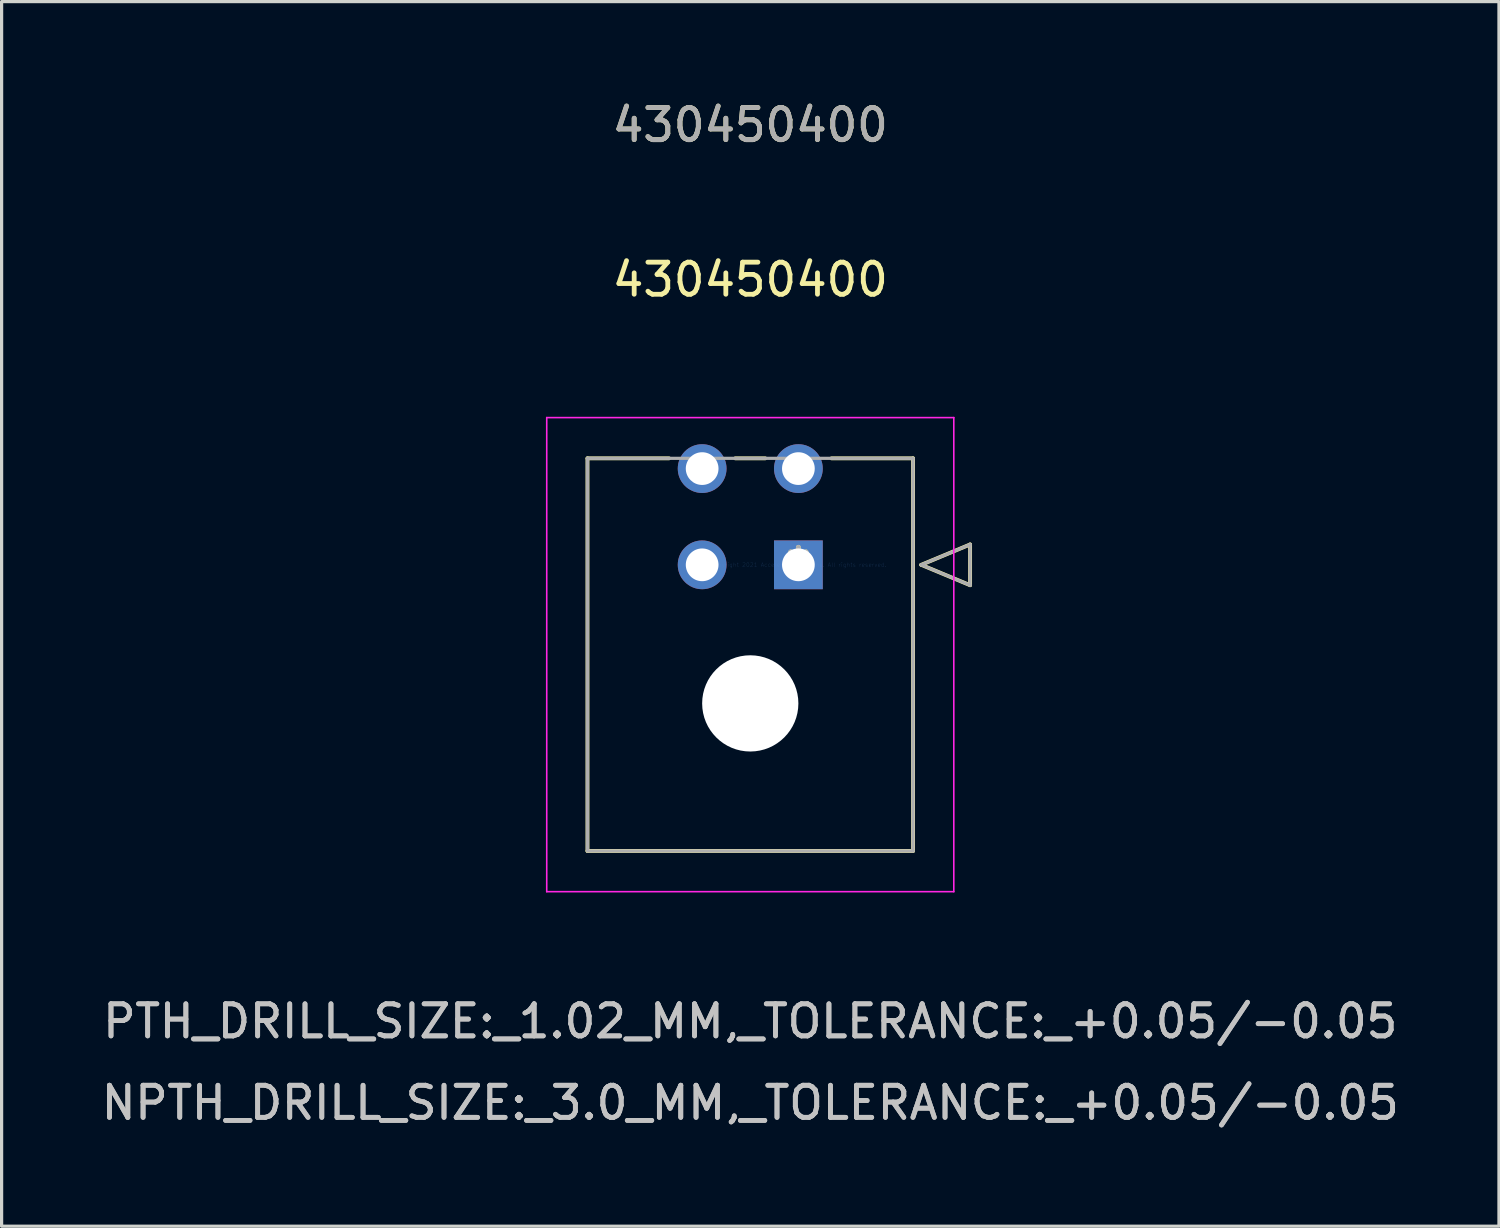
<source format=kicad_pcb>
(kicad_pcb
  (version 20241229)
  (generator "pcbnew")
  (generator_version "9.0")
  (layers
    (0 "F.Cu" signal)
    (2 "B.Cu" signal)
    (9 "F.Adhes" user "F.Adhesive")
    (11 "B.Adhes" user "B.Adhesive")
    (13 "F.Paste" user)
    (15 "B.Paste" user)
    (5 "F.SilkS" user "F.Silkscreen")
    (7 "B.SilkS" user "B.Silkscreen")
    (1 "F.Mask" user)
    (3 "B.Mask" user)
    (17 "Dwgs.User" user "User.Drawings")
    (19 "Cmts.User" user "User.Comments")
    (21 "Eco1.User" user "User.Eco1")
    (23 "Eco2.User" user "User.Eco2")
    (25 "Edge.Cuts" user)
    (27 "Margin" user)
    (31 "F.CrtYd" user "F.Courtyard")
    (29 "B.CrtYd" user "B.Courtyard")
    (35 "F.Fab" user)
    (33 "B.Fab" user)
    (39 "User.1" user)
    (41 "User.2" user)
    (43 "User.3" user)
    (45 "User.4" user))
  (footprint "430450400"
    (layer "F.Cu")
    (at 21.839 14.558)
    (property "Reference" "430450400" (at -1.5 -8.89 0) (layer "F.SilkS") (effects (font (size 1 1) (thickness 0.15))))
    (attr through_hole)
    (fp_line (start -6.575 -3.32) (end -6.575 8.92) (stroke (width 0.12) (type solid)) (layer "F.SilkS"))
    (fp_line (start -6.575 8.92) (end 3.575 8.92) (stroke (width 0.12) (type solid)) (layer "F.SilkS"))
    (fp_line (start -4.032 -3.32) (end -6.575 -3.32) (stroke (width 0.12) (type solid)) (layer "F.SilkS"))
    (fp_line (start -1.032 -3.32) (end -1.968 -3.32) (stroke (width 0.12) (type solid)) (layer "F.SilkS"))
    (fp_line (start 3.575 -3.32) (end 1.032 -3.32) (stroke (width 0.12) (type solid)) (layer "F.SilkS"))
    (fp_line (start 3.575 8.92) (end 3.575 -3.32) (stroke (width 0.12) (type solid)) (layer "F.SilkS"))
    (fp_line (start 3.829 0) (end 5.353 -0.635) (stroke (width 0.12) (type solid)) (layer "F.SilkS"))
    (fp_line (start 5.353 -0.635) (end 5.353 0.635) (stroke (width 0.12) (type solid)) (layer "F.SilkS"))
    (fp_line (start 5.353 0.635) (end 3.829 0) (stroke (width 0.12) (type solid)) (layer "F.SilkS"))
    (fp_line (start -7.845 -4.59) (end -7.845 10.19) (stroke (width 0.05) (type solid)) (layer "F.CrtYd"))
    (fp_line (start -7.845 10.19) (end 4.845 10.19) (stroke (width 0.05) (type solid)) (layer "F.CrtYd"))
    (fp_line (start 4.845 -4.59) (end -7.845 -4.59) (stroke (width 0.05) (type solid)) (layer "F.CrtYd"))
    (fp_line (start 4.845 10.19) (end 4.845 -4.59) (stroke (width 0.05) (type solid)) (layer "F.CrtYd"))
    (fp_line (start -6.575 -3.32) (end -6.575 8.92) (stroke (width 0.1) (type solid)) (layer "F.Fab"))
    (fp_line (start -6.575 8.92) (end 3.575 8.92) (stroke (width 0.1) (type solid)) (layer "F.Fab"))
    (fp_line (start 3.575 -3.32) (end -6.575 -3.32) (stroke (width 0.1) (type solid)) (layer "F.Fab"))
    (fp_line (start 3.575 8.92) (end 3.575 -3.32) (stroke (width 0.1) (type solid)) (layer "F.Fab"))
    (fp_line (start 3.829 0) (end 5.353 -0.635) (stroke (width 0.1) (type solid)) (layer "F.Fab"))
    (fp_line (start 5.353 -0.635) (end 5.353 0.635) (stroke (width 0.1) (type solid)) (layer "F.Fab"))
    (fp_line (start 5.353 0.635) (end 3.829 0) (stroke (width 0.1) (type solid)) (layer "F.Fab"))
    (fp_text user "*" (at 0 0 0) (layer "F.SilkS") (effects (font (size 1 1) (thickness 0.15))))
    (fp_text user "430450400" (at -1.5 -13.71 0) (layer "F.SilkS") (effects (font (size 1 1) (thickness 0.15))))
    (fp_text user "NPTH_DRILL_SIZE:_3.0_MM,_TOLERANCE:_+0.05/-0.05" (at -1.5 16.77 0) (layer "Dwgs.User") (effects (font (size 1 1) (thickness 0.15))))
    (fp_text user "PTH_DRILL_SIZE:_1.02_MM,_TOLERANCE:_+0.05/-0.05" (at -1.5 14.23 0) (layer "Dwgs.User") (effects (font (size 1 1) (thickness 0.15))))
    (fp_text user "NPTH_DRILL_SIZE:_3.0_MM,_TOLERANCE:_+0.05/-0.05" (at -1.5 16.77 0) (layer "Dwgs.User") (effects (font (size 1 1) (thickness 0.15))))
    (fp_text user "PTH_DRILL_SIZE:_1.02_MM,_TOLERANCE:_+0.05/-0.05" (at -1.5 14.23 0) (layer "Dwgs.User") (effects (font (size 1 1) (thickness 0.15))))
    (fp_text user "Copyright 2021 Accelerated Designs. All rights reserved." (at 0 0 0) (layer "Cmts.User") (effects (font (size 0.127 0.127) (thickness 0.002))))
    (fp_text user "*" (at 0 0 0) (layer "F.Fab") (effects (font (size 1 1) (thickness 0.15))))
    (fp_text user "430450400" (at -1.5 -13.71 0) (layer "F.Fab") (effects (font (size 1 1) (thickness 0.15))))
    (pad "" np_thru_hole circle (at -1.5 4.32) (size 3 3) (drill 3) (layers "*.Cu" "*.Mask"))
    (pad "1" thru_hole rect (at 0 0) (size 1.52 1.52) (drill 1.02) (layers "*.Cu" "*.Mask"))
    (pad "2" thru_hole circle (at -3 0) (size 1.52 1.52) (drill 1.02) (layers "*.Cu" "*.Mask"))
    (pad "3" thru_hole circle (at 0 -3) (size 1.52 1.52) (drill 1.02) (layers "*.Cu" "*.Mask"))
    (pad "4" thru_hole circle (at -3 -3) (size 1.52 1.52) (drill 1.02) (layers "*.Cu" "*.Mask")))
  (gr_rect
    (start -3 -3)
    (end 43.679 35.176)
    (stroke (width 0.1) (type default))
    (fill no)
    (layer "Edge.Cuts")))
</source>
